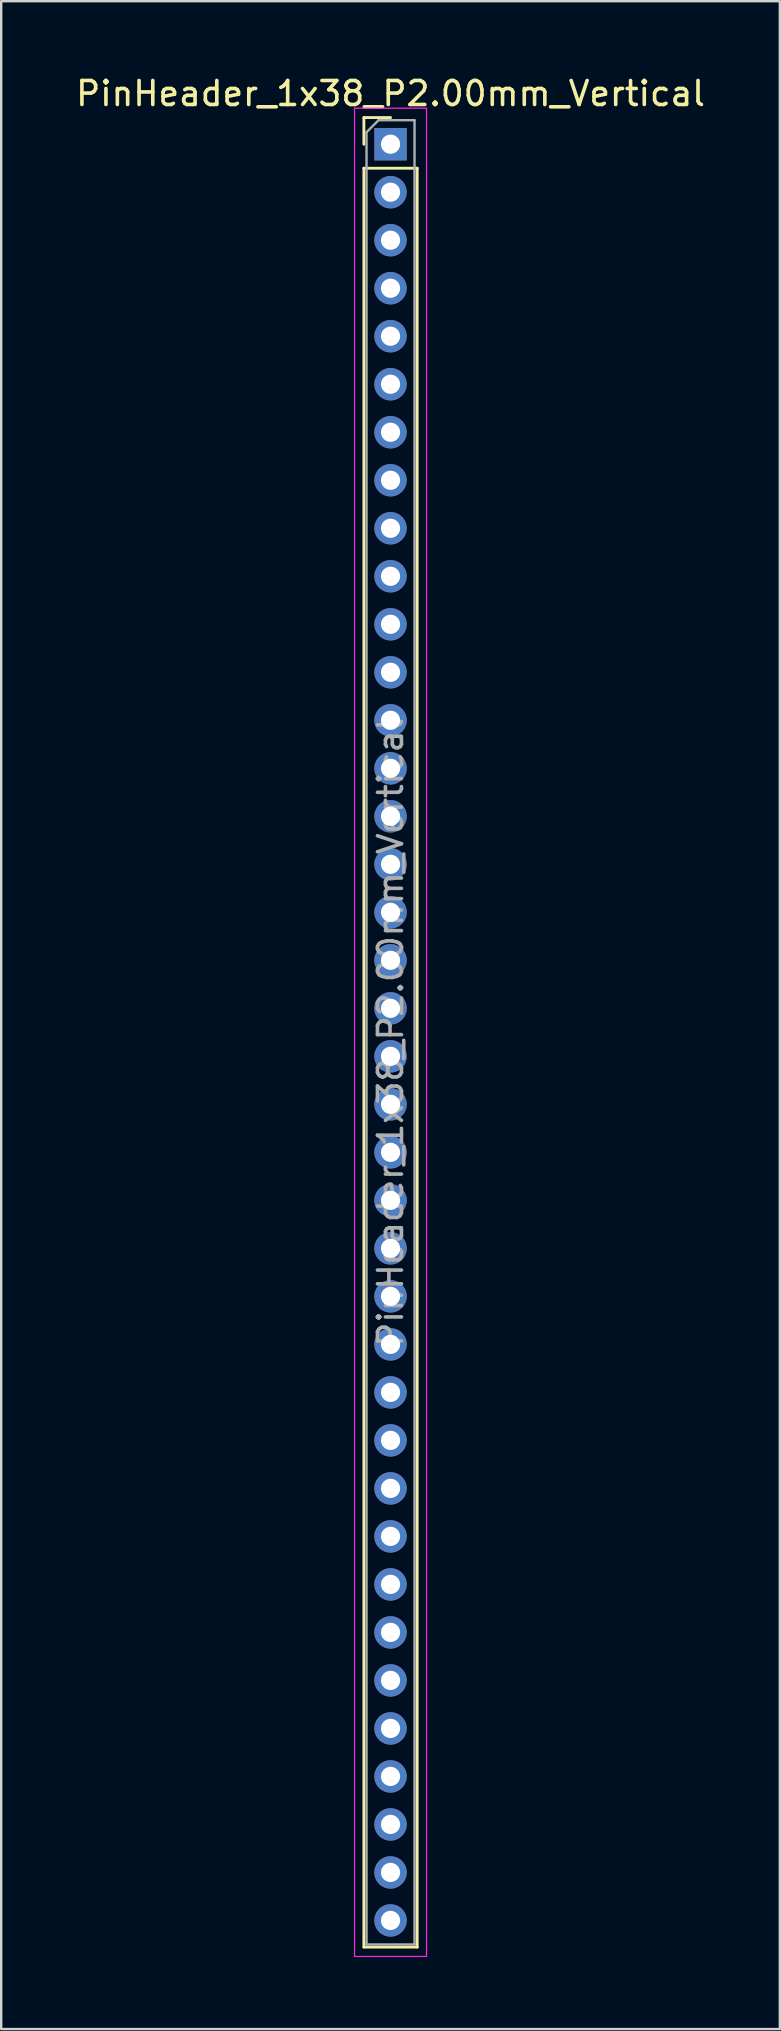
<source format=kicad_pcb>
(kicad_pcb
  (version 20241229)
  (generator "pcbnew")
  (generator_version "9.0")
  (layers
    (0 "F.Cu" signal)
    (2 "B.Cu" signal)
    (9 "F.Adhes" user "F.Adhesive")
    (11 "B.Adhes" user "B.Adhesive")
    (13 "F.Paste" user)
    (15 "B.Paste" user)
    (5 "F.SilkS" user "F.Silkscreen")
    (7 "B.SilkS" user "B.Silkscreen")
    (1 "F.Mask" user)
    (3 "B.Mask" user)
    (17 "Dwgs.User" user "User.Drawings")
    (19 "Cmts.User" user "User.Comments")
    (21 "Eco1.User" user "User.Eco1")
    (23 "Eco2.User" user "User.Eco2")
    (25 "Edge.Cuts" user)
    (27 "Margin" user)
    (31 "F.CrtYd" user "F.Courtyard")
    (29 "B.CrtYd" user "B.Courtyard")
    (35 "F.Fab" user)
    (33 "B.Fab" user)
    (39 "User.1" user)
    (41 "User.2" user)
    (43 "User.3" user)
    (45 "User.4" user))
  (footprint "PinHeader_1x38_P2.00mm_Vertical"
    (layer "F.Cu")
    (at 13.22 2.958)
    (property "Reference" "PinHeader_1x38_P2.00mm_Vertical" (at 0 -2.11 0) (layer "F.SilkS") (effects (font (size 1 1) (thickness 0.15))))
    (attr through_hole)
    (fp_line (start -1.11 -1.11) (end 0 -1.11) (stroke (width 0.12) (type solid)) (layer "F.SilkS"))
    (fp_line (start -1.11 0) (end -1.11 -1.11) (stroke (width 0.12) (type solid)) (layer "F.SilkS"))
    (fp_line (start -1.11 1) (end -1.11 75.11) (stroke (width 0.12) (type solid)) (layer "F.SilkS"))
    (fp_line (start -1.11 1) (end 1.11 1) (stroke (width 0.12) (type solid)) (layer "F.SilkS"))
    (fp_line (start -1.11 75.11) (end 1.11 75.11) (stroke (width 0.12) (type solid)) (layer "F.SilkS"))
    (fp_line (start 1.11 1) (end 1.11 75.11) (stroke (width 0.12) (type solid)) (layer "F.SilkS"))
    (fp_line (start -1.5 -1.5) (end -1.5 75.5) (stroke (width 0.05) (type solid)) (layer "F.CrtYd"))
    (fp_line (start -1.5 75.5) (end 1.5 75.5) (stroke (width 0.05) (type solid)) (layer "F.CrtYd"))
    (fp_line (start 1.5 -1.5) (end -1.5 -1.5) (stroke (width 0.05) (type solid)) (layer "F.CrtYd"))
    (fp_line (start 1.5 75.5) (end 1.5 -1.5) (stroke (width 0.05) (type solid)) (layer "F.CrtYd"))
    (fp_line (start -1 -0.5) (end -0.5 -1) (stroke (width 0.1) (type solid)) (layer "F.Fab"))
    (fp_line (start -1 75) (end -1 -0.5) (stroke (width 0.1) (type solid)) (layer "F.Fab"))
    (fp_line (start -0.5 -1) (end 1 -1) (stroke (width 0.1) (type solid)) (layer "F.Fab"))
    (fp_line (start 1 -1) (end 1 75) (stroke (width 0.1) (type solid)) (layer "F.Fab"))
    (fp_line (start 1 75) (end -1 75) (stroke (width 0.1) (type solid)) (layer "F.Fab"))
    (fp_text user "${REFERENCE}" (at 0 37 90) (layer "F.Fab") (effects (font (size 1 1) (thickness 0.15))))
    (pad "1" thru_hole rect (at 0 0) (size 1.35 1.35) (drill 0.8) (layers "*.Cu" "*.Mask"))
    (pad "2" thru_hole circle (at 0 2) (size 1.35 1.35) (drill 0.8) (layers "*.Cu" "*.Mask"))
    (pad "3" thru_hole circle (at 0 4) (size 1.35 1.35) (drill 0.8) (layers "*.Cu" "*.Mask"))
    (pad "4" thru_hole circle (at 0 6) (size 1.35 1.35) (drill 0.8) (layers "*.Cu" "*.Mask"))
    (pad "5" thru_hole circle (at 0 8) (size 1.35 1.35) (drill 0.8) (layers "*.Cu" "*.Mask"))
    (pad "6" thru_hole circle (at 0 10) (size 1.35 1.35) (drill 0.8) (layers "*.Cu" "*.Mask"))
    (pad "7" thru_hole circle (at 0 12) (size 1.35 1.35) (drill 0.8) (layers "*.Cu" "*.Mask"))
    (pad "8" thru_hole circle (at 0 14) (size 1.35 1.35) (drill 0.8) (layers "*.Cu" "*.Mask"))
    (pad "9" thru_hole circle (at 0 16) (size 1.35 1.35) (drill 0.8) (layers "*.Cu" "*.Mask"))
    (pad "10" thru_hole circle (at 0 18) (size 1.35 1.35) (drill 0.8) (layers "*.Cu" "*.Mask"))
    (pad "11" thru_hole circle (at 0 20) (size 1.35 1.35) (drill 0.8) (layers "*.Cu" "*.Mask"))
    (pad "12" thru_hole circle (at 0 22) (size 1.35 1.35) (drill 0.8) (layers "*.Cu" "*.Mask"))
    (pad "13" thru_hole circle (at 0 24) (size 1.35 1.35) (drill 0.8) (layers "*.Cu" "*.Mask"))
    (pad "14" thru_hole circle (at 0 26) (size 1.35 1.35) (drill 0.8) (layers "*.Cu" "*.Mask"))
    (pad "15" thru_hole circle (at 0 28) (size 1.35 1.35) (drill 0.8) (layers "*.Cu" "*.Mask"))
    (pad "16" thru_hole circle (at 0 30) (size 1.35 1.35) (drill 0.8) (layers "*.Cu" "*.Mask"))
    (pad "17" thru_hole circle (at 0 32) (size 1.35 1.35) (drill 0.8) (layers "*.Cu" "*.Mask"))
    (pad "18" thru_hole circle (at 0 34) (size 1.35 1.35) (drill 0.8) (layers "*.Cu" "*.Mask"))
    (pad "19" thru_hole circle (at 0 36) (size 1.35 1.35) (drill 0.8) (layers "*.Cu" "*.Mask"))
    (pad "20" thru_hole circle (at 0 38) (size 1.35 1.35) (drill 0.8) (layers "*.Cu" "*.Mask"))
    (pad "21" thru_hole circle (at 0 40) (size 1.35 1.35) (drill 0.8) (layers "*.Cu" "*.Mask"))
    (pad "22" thru_hole circle (at 0 42) (size 1.35 1.35) (drill 0.8) (layers "*.Cu" "*.Mask"))
    (pad "23" thru_hole circle (at 0 44) (size 1.35 1.35) (drill 0.8) (layers "*.Cu" "*.Mask"))
    (pad "24" thru_hole circle (at 0 46) (size 1.35 1.35) (drill 0.8) (layers "*.Cu" "*.Mask"))
    (pad "25" thru_hole circle (at 0 48) (size 1.35 1.35) (drill 0.8) (layers "*.Cu" "*.Mask"))
    (pad "26" thru_hole circle (at 0 50) (size 1.35 1.35) (drill 0.8) (layers "*.Cu" "*.Mask"))
    (pad "27" thru_hole circle (at 0 52) (size 1.35 1.35) (drill 0.8) (layers "*.Cu" "*.Mask"))
    (pad "28" thru_hole circle (at 0 54) (size 1.35 1.35) (drill 0.8) (layers "*.Cu" "*.Mask"))
    (pad "29" thru_hole circle (at 0 56) (size 1.35 1.35) (drill 0.8) (layers "*.Cu" "*.Mask"))
    (pad "30" thru_hole circle (at 0 58) (size 1.35 1.35) (drill 0.8) (layers "*.Cu" "*.Mask"))
    (pad "31" thru_hole circle (at 0 60) (size 1.35 1.35) (drill 0.8) (layers "*.Cu" "*.Mask"))
    (pad "32" thru_hole circle (at 0 62) (size 1.35 1.35) (drill 0.8) (layers "*.Cu" "*.Mask"))
    (pad "33" thru_hole circle (at 0 64) (size 1.35 1.35) (drill 0.8) (layers "*.Cu" "*.Mask"))
    (pad "34" thru_hole circle (at 0 66) (size 1.35 1.35) (drill 0.8) (layers "*.Cu" "*.Mask"))
    (pad "35" thru_hole circle (at 0 68) (size 1.35 1.35) (drill 0.8) (layers "*.Cu" "*.Mask"))
    (pad "36" thru_hole circle (at 0 70) (size 1.35 1.35) (drill 0.8) (layers "*.Cu" "*.Mask"))
    (pad "37" thru_hole circle (at 0 72) (size 1.35 1.35) (drill 0.8) (layers "*.Cu" "*.Mask"))
    (pad "38" thru_hole circle (at 0 74) (size 1.35 1.35) (drill 0.8) (layers "*.Cu" "*.Mask")))
  (gr_rect
    (start -3 -3)
    (end 29.44 81.483)
    (stroke (width 0.1) (type default))
    (fill no)
    (layer "Edge.Cuts")))
</source>
